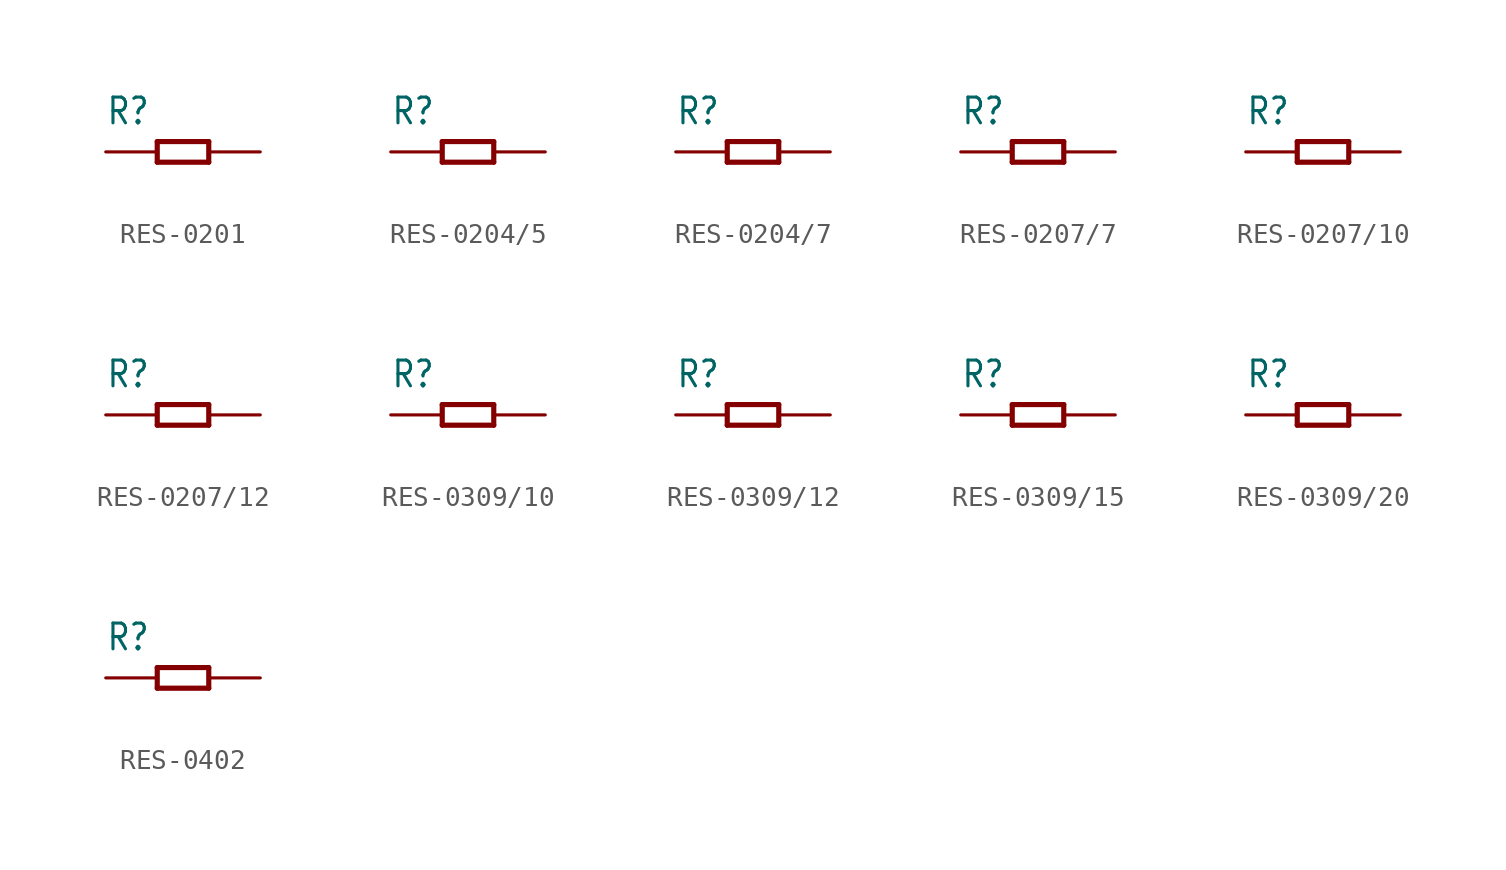
<source format=kicad_sym>
(kicad_symbol_lib
  (version 20220914)
  (generator kicad_symbol_editor)
  (symbol "RES-0201"
    (property "Reference" "R"
      (at -3.81 1.27 0)
      (effects (font (size 1.27 1.079)) (justify left bottom)))
    (property "Value" ""
      (at -3.81 -2.54 0)
      (effects (font (size 1.27 1.079)) (justify left bottom)))
    (property "ki_locked" ""
      (at 0 0 0)
      (effects (font (size 1.27 1.27))))
    (symbol "RES-0201_1_0"
      (polyline (pts (xy -1.27 -0.508) (xy -1.27 0.508)) (stroke (width 0.254) (type solid)) (fill (type none)))
      (polyline (pts (xy -1.27 0.508) (xy 1.27 0.508)) (stroke (width 0.254) (type solid)) (fill (type none)))
      (polyline (pts (xy 1.27 -0.508) (xy -1.27 -0.508)) (stroke (width 0.254) (type solid)) (fill (type none)))
      (polyline (pts (xy 1.27 0.508) (xy 1.27 -0.508)) (stroke (width 0.254) (type solid)) (fill (type none)))
      (pin passive line (at -3.81 0 0) (length 2.54) (name "1" (effects (font (size 0 0)))) (number "1" (effects (font (size 0 0)))))
      (pin passive line (at 3.81 0 180) (length 2.54) (name "2" (effects (font (size 0 0)))) (number "2" (effects (font (size 0 0)))))))
  (symbol "RES-0204/5"
    (property "Reference" "R"
      (at -3.81 1.27 0)
      (effects (font (size 1.27 1.079)) (justify left bottom)))
    (property "Value" ""
      (at -3.81 -2.54 0)
      (effects (font (size 1.27 1.079)) (justify left bottom)))
    (property "ki_locked" ""
      (at 0 0 0)
      (effects (font (size 1.27 1.27))))
    (symbol "RES-0204/5_1_0"
      (polyline (pts (xy -1.27 -0.508) (xy -1.27 0.508)) (stroke (width 0.254) (type solid)) (fill (type none)))
      (polyline (pts (xy -1.27 0.508) (xy 1.27 0.508)) (stroke (width 0.254) (type solid)) (fill (type none)))
      (polyline (pts (xy 1.27 -0.508) (xy -1.27 -0.508)) (stroke (width 0.254) (type solid)) (fill (type none)))
      (polyline (pts (xy 1.27 0.508) (xy 1.27 -0.508)) (stroke (width 0.254) (type solid)) (fill (type none)))
      (pin passive line (at -3.81 0 0) (length 2.54) (name "1" (effects (font (size 0 0)))) (number "1" (effects (font (size 0 0)))))
      (pin passive line (at 3.81 0 180) (length 2.54) (name "2" (effects (font (size 0 0)))) (number "2" (effects (font (size 0 0)))))))
  (symbol "RES-0204/7"
    (property "Reference" "R"
      (at -3.81 1.27 0)
      (effects (font (size 1.27 1.079)) (justify left bottom)))
    (property "Value" ""
      (at -3.81 -2.54 0)
      (effects (font (size 1.27 1.079)) (justify left bottom)))
    (property "ki_locked" ""
      (at 0 0 0)
      (effects (font (size 1.27 1.27))))
    (symbol "RES-0204/7_1_0"
      (polyline (pts (xy -1.27 -0.508) (xy -1.27 0.508)) (stroke (width 0.254) (type solid)) (fill (type none)))
      (polyline (pts (xy -1.27 0.508) (xy 1.27 0.508)) (stroke (width 0.254) (type solid)) (fill (type none)))
      (polyline (pts (xy 1.27 -0.508) (xy -1.27 -0.508)) (stroke (width 0.254) (type solid)) (fill (type none)))
      (polyline (pts (xy 1.27 0.508) (xy 1.27 -0.508)) (stroke (width 0.254) (type solid)) (fill (type none)))
      (pin passive line (at -3.81 0 0) (length 2.54) (name "1" (effects (font (size 0 0)))) (number "1" (effects (font (size 0 0)))))
      (pin passive line (at 3.81 0 180) (length 2.54) (name "2" (effects (font (size 0 0)))) (number "2" (effects (font (size 0 0)))))))
  (symbol "RES-0207/7"
    (property "Reference" "R"
      (at -3.81 1.27 0)
      (effects (font (size 1.27 1.079)) (justify left bottom)))
    (property "Value" ""
      (at -3.81 -2.54 0)
      (effects (font (size 1.27 1.079)) (justify left bottom)))
    (property "ki_locked" ""
      (at 0 0 0)
      (effects (font (size 1.27 1.27))))
    (symbol "RES-0207/7_1_0"
      (polyline (pts (xy -1.27 -0.508) (xy -1.27 0.508)) (stroke (width 0.254) (type solid)) (fill (type none)))
      (polyline (pts (xy -1.27 0.508) (xy 1.27 0.508)) (stroke (width 0.254) (type solid)) (fill (type none)))
      (polyline (pts (xy 1.27 -0.508) (xy -1.27 -0.508)) (stroke (width 0.254) (type solid)) (fill (type none)))
      (polyline (pts (xy 1.27 0.508) (xy 1.27 -0.508)) (stroke (width 0.254) (type solid)) (fill (type none)))
      (pin passive line (at -3.81 0 0) (length 2.54) (name "1" (effects (font (size 0 0)))) (number "1" (effects (font (size 0 0)))))
      (pin passive line (at 3.81 0 180) (length 2.54) (name "2" (effects (font (size 0 0)))) (number "2" (effects (font (size 0 0)))))))
  (symbol "RES-0207/10"
    (property "Reference" "R"
      (at -3.81 1.27 0)
      (effects (font (size 1.27 1.079)) (justify left bottom)))
    (property "Value" ""
      (at -3.81 -2.54 0)
      (effects (font (size 1.27 1.079)) (justify left bottom)))
    (property "ki_locked" ""
      (at 0 0 0)
      (effects (font (size 1.27 1.27))))
    (symbol "RES-0207/10_1_0"
      (polyline (pts (xy -1.27 -0.508) (xy -1.27 0.508)) (stroke (width 0.254) (type solid)) (fill (type none)))
      (polyline (pts (xy -1.27 0.508) (xy 1.27 0.508)) (stroke (width 0.254) (type solid)) (fill (type none)))
      (polyline (pts (xy 1.27 -0.508) (xy -1.27 -0.508)) (stroke (width 0.254) (type solid)) (fill (type none)))
      (polyline (pts (xy 1.27 0.508) (xy 1.27 -0.508)) (stroke (width 0.254) (type solid)) (fill (type none)))
      (pin passive line (at -3.81 0 0) (length 2.54) (name "1" (effects (font (size 0 0)))) (number "1" (effects (font (size 0 0)))))
      (pin passive line (at 3.81 0 180) (length 2.54) (name "2" (effects (font (size 0 0)))) (number "2" (effects (font (size 0 0)))))))
  (symbol "RES-0207/12"
    (property "Reference" "R"
      (at -3.81 1.27 0)
      (effects (font (size 1.27 1.079)) (justify left bottom)))
    (property "Value" ""
      (at -3.81 -2.54 0)
      (effects (font (size 1.27 1.079)) (justify left bottom)))
    (property "ki_locked" ""
      (at 0 0 0)
      (effects (font (size 1.27 1.27))))
    (symbol "RES-0207/12_1_0"
      (polyline (pts (xy -1.27 -0.508) (xy -1.27 0.508)) (stroke (width 0.254) (type solid)) (fill (type none)))
      (polyline (pts (xy -1.27 0.508) (xy 1.27 0.508)) (stroke (width 0.254) (type solid)) (fill (type none)))
      (polyline (pts (xy 1.27 -0.508) (xy -1.27 -0.508)) (stroke (width 0.254) (type solid)) (fill (type none)))
      (polyline (pts (xy 1.27 0.508) (xy 1.27 -0.508)) (stroke (width 0.254) (type solid)) (fill (type none)))
      (pin passive line (at -3.81 0 0) (length 2.54) (name "1" (effects (font (size 0 0)))) (number "1" (effects (font (size 0 0)))))
      (pin passive line (at 3.81 0 180) (length 2.54) (name "2" (effects (font (size 0 0)))) (number "2" (effects (font (size 0 0)))))))
  (symbol "RES-0309/10"
    (property "Reference" "R"
      (at -3.81 1.27 0)
      (effects (font (size 1.27 1.079)) (justify left bottom)))
    (property "Value" ""
      (at -3.81 -2.54 0)
      (effects (font (size 1.27 1.079)) (justify left bottom)))
    (property "ki_locked" ""
      (at 0 0 0)
      (effects (font (size 1.27 1.27))))
    (symbol "RES-0309/10_1_0"
      (polyline (pts (xy -1.27 -0.508) (xy -1.27 0.508)) (stroke (width 0.254) (type solid)) (fill (type none)))
      (polyline (pts (xy -1.27 0.508) (xy 1.27 0.508)) (stroke (width 0.254) (type solid)) (fill (type none)))
      (polyline (pts (xy 1.27 -0.508) (xy -1.27 -0.508)) (stroke (width 0.254) (type solid)) (fill (type none)))
      (polyline (pts (xy 1.27 0.508) (xy 1.27 -0.508)) (stroke (width 0.254) (type solid)) (fill (type none)))
      (pin passive line (at -3.81 0 0) (length 2.54) (name "1" (effects (font (size 0 0)))) (number "1" (effects (font (size 0 0)))))
      (pin passive line (at 3.81 0 180) (length 2.54) (name "2" (effects (font (size 0 0)))) (number "2" (effects (font (size 0 0)))))))
  (symbol "RES-0309/12"
    (property "Reference" "R"
      (at -3.81 1.27 0)
      (effects (font (size 1.27 1.079)) (justify left bottom)))
    (property "Value" ""
      (at -3.81 -2.54 0)
      (effects (font (size 1.27 1.079)) (justify left bottom)))
    (property "ki_locked" ""
      (at 0 0 0)
      (effects (font (size 1.27 1.27))))
    (symbol "RES-0309/12_1_0"
      (polyline (pts (xy -1.27 -0.508) (xy -1.27 0.508)) (stroke (width 0.254) (type solid)) (fill (type none)))
      (polyline (pts (xy -1.27 0.508) (xy 1.27 0.508)) (stroke (width 0.254) (type solid)) (fill (type none)))
      (polyline (pts (xy 1.27 -0.508) (xy -1.27 -0.508)) (stroke (width 0.254) (type solid)) (fill (type none)))
      (polyline (pts (xy 1.27 0.508) (xy 1.27 -0.508)) (stroke (width 0.254) (type solid)) (fill (type none)))
      (pin passive line (at -3.81 0 0) (length 2.54) (name "1" (effects (font (size 0 0)))) (number "1" (effects (font (size 0 0)))))
      (pin passive line (at 3.81 0 180) (length 2.54) (name "2" (effects (font (size 0 0)))) (number "2" (effects (font (size 0 0)))))))
  (symbol "RES-0309/15"
    (property "Reference" "R"
      (at -3.81 1.27 0)
      (effects (font (size 1.27 1.079)) (justify left bottom)))
    (property "Value" ""
      (at -3.81 -2.54 0)
      (effects (font (size 1.27 1.079)) (justify left bottom)))
    (property "ki_locked" ""
      (at 0 0 0)
      (effects (font (size 1.27 1.27))))
    (symbol "RES-0309/15_1_0"
      (polyline (pts (xy -1.27 -0.508) (xy -1.27 0.508)) (stroke (width 0.254) (type solid)) (fill (type none)))
      (polyline (pts (xy -1.27 0.508) (xy 1.27 0.508)) (stroke (width 0.254) (type solid)) (fill (type none)))
      (polyline (pts (xy 1.27 -0.508) (xy -1.27 -0.508)) (stroke (width 0.254) (type solid)) (fill (type none)))
      (polyline (pts (xy 1.27 0.508) (xy 1.27 -0.508)) (stroke (width 0.254) (type solid)) (fill (type none)))
      (pin passive line (at -3.81 0 0) (length 2.54) (name "1" (effects (font (size 0 0)))) (number "1" (effects (font (size 0 0)))))
      (pin passive line (at 3.81 0 180) (length 2.54) (name "2" (effects (font (size 0 0)))) (number "2" (effects (font (size 0 0)))))))
  (symbol "RES-0309/20"
    (property "Reference" "R"
      (at -3.81 1.27 0)
      (effects (font (size 1.27 1.079)) (justify left bottom)))
    (property "Value" ""
      (at -3.81 -2.54 0)
      (effects (font (size 1.27 1.079)) (justify left bottom)))
    (property "ki_locked" ""
      (at 0 0 0)
      (effects (font (size 1.27 1.27))))
    (symbol "RES-0309/20_1_0"
      (polyline (pts (xy -1.27 -0.508) (xy -1.27 0.508)) (stroke (width 0.254) (type solid)) (fill (type none)))
      (polyline (pts (xy -1.27 0.508) (xy 1.27 0.508)) (stroke (width 0.254) (type solid)) (fill (type none)))
      (polyline (pts (xy 1.27 -0.508) (xy -1.27 -0.508)) (stroke (width 0.254) (type solid)) (fill (type none)))
      (polyline (pts (xy 1.27 0.508) (xy 1.27 -0.508)) (stroke (width 0.254) (type solid)) (fill (type none)))
      (pin passive line (at -3.81 0 0) (length 2.54) (name "1" (effects (font (size 0 0)))) (number "1" (effects (font (size 0 0)))))
      (pin passive line (at 3.81 0 180) (length 2.54) (name "2" (effects (font (size 0 0)))) (number "2" (effects (font (size 0 0)))))))
  (symbol "RES-0402"
    (property "Reference" "R"
      (at -3.81 1.27 0)
      (effects (font (size 1.27 1.079)) (justify left bottom)))
    (property "Value" ""
      (at -3.81 -2.54 0)
      (effects (font (size 1.27 1.079)) (justify left bottom)))
    (property "ki_locked" ""
      (at 0 0 0)
      (effects (font (size 1.27 1.27))))
    (symbol "RES-0402_1_0"
      (polyline (pts (xy -1.27 -0.508) (xy -1.27 0.508)) (stroke (width 0.254) (type solid)) (fill (type none)))
      (polyline (pts (xy -1.27 0.508) (xy 1.27 0.508)) (stroke (width 0.254) (type solid)) (fill (type none)))
      (polyline (pts (xy 1.27 -0.508) (xy -1.27 -0.508)) (stroke (width 0.254) (type solid)) (fill (type none)))
      (polyline (pts (xy 1.27 0.508) (xy 1.27 -0.508)) (stroke (width 0.254) (type solid)) (fill (type none)))
      (pin passive line (at -3.81 0 0) (length 2.54) (name "1" (effects (font (size 0 0)))) (number "1" (effects (font (size 0 0)))))
      (pin passive line (at 3.81 0 180) (length 2.54) (name "2" (effects (font (size 0 0)))) (number "2" (effects (font (size 0 0))))))))
</source>
